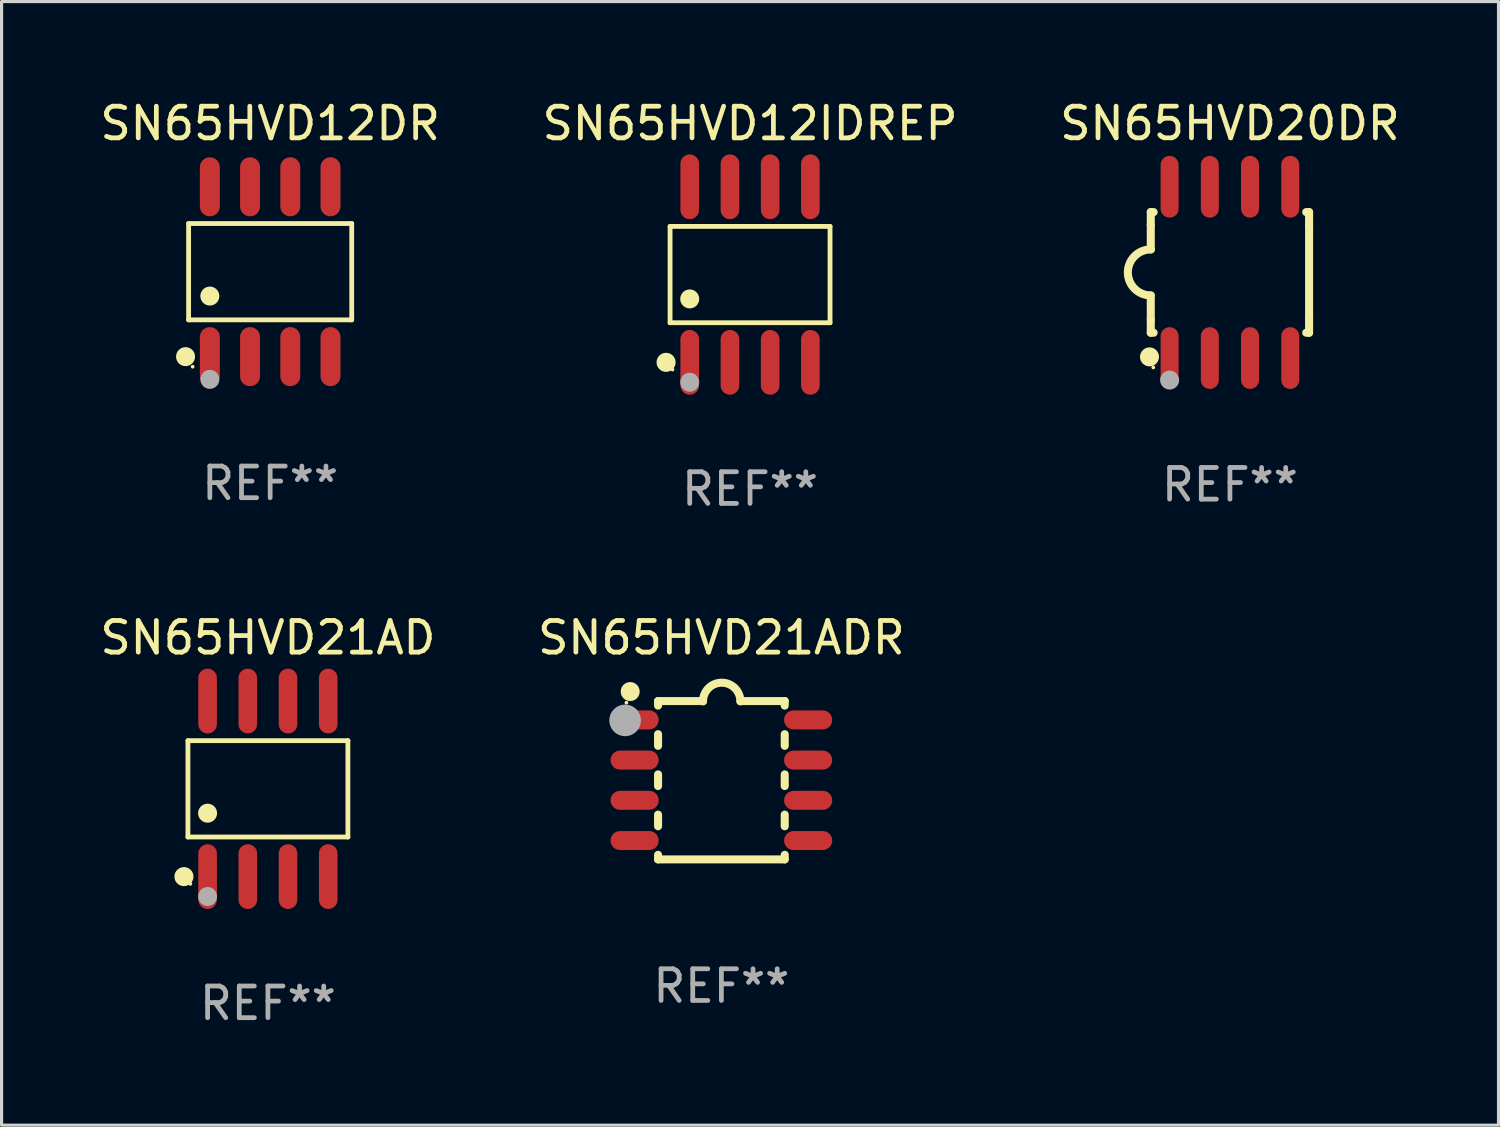
<source format=kicad_pcb>
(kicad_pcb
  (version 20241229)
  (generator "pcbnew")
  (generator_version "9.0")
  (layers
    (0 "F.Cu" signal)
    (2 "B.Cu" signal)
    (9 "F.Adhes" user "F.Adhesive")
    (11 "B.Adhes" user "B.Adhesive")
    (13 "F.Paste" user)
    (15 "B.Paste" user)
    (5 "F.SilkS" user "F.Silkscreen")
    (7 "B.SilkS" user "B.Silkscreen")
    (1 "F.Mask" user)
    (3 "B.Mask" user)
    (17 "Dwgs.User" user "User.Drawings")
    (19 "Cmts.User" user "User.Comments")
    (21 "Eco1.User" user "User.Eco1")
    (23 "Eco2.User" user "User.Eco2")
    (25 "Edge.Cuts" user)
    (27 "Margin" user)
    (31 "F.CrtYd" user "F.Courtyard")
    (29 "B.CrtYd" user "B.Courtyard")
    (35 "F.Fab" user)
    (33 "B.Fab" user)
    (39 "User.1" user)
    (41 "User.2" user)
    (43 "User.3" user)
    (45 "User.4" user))
  (footprint "SN65HVD21ADR"
    (layer "F.Cu")
    (at 19.732 21.59)
    (property "Reference" "SN65HVD21ADR" (at 0 -4.5 0) (layer "F.SilkS") (effects (font (size 1 1) (thickness 0.15))))
    (attr through_hole)
    (fp_line (start -2 -2.5) (end -2 -2.356) (stroke (width 0.254) (type solid)) (layer "F.SilkS"))
    (fp_line (start -2 -1.454) (end -2 -1.086) (stroke (width 0.254) (type solid)) (layer "F.SilkS"))
    (fp_line (start -2 -0.184) (end -2 0.184) (stroke (width 0.254) (type solid)) (layer "F.SilkS"))
    (fp_line (start -2 1.086) (end -2 1.454) (stroke (width 0.254) (type solid)) (layer "F.SilkS"))
    (fp_line (start -2 2.356) (end -2 2.5) (stroke (width 0.254) (type solid)) (layer "F.SilkS"))
    (fp_line (start -0.58 -2.5) (end -2 -2.5) (stroke (width 0.254) (type solid)) (layer "F.SilkS"))
    (fp_line (start 2 -2.5) (end 0.6 -2.5) (stroke (width 0.254) (type solid)) (layer "F.SilkS"))
    (fp_line (start 2 -2.5) (end 2 -2.356) (stroke (width 0.254) (type solid)) (layer "F.SilkS"))
    (fp_line (start 2 -1.454) (end 2 -1.086) (stroke (width 0.254) (type solid)) (layer "F.SilkS"))
    (fp_line (start 2 -0.184) (end 2 0.184) (stroke (width 0.254) (type solid)) (layer "F.SilkS"))
    (fp_line (start 2 1.086) (end 2 1.454) (stroke (width 0.254) (type solid)) (layer "F.SilkS"))
    (fp_line (start 2 2.356) (end 2 2.5) (stroke (width 0.254) (type solid)) (layer "F.SilkS"))
    (fp_line (start 2 2.5) (end -2 2.5) (stroke (width 0.254) (type solid)) (layer "F.SilkS"))
    (fp_arc (start -0.579908 -2.489992) (mid 0.010097 -3.07831) (end 0.600102 -2.489992) (stroke (width 0.254001) (type solid)) (layer "F.SilkS"))
    (fp_circle (center -3 -2.45) (end -2.97 -2.45) (stroke (width 0.06) (type solid)) (fill no) (layer "F.SilkS"))
    (fp_circle (center -2.88 -2.8) (end -2.73 -2.8) (stroke (width 0.3) (type solid)) (fill no) (layer "F.SilkS"))
    (fp_circle (center -3.04 -1.89) (end -2.79 -1.89) (stroke (width 0.5) (type solid)) (fill no) (layer "F.Fab"))
    (fp_text user "REF**" (at 0 6.5 0) (layer "F.Fab") (effects (font (size 1 1) (thickness 0.15))))
    (pad "1" smd oval (at -2.74 -1.905 90) (size 0.6 1.52) (layers "F.Cu" "F.Mask" "F.Paste"))
    (pad "2" smd oval (at -2.74 -0.635 90) (size 0.6 1.52) (layers "F.Cu" "F.Mask" "F.Paste"))
    (pad "3" smd oval (at -2.74 0.635 90) (size 0.6 1.52) (layers "F.Cu" "F.Mask" "F.Paste"))
    (pad "4" smd oval (at -2.74 1.905 90) (size 0.6 1.52) (layers "F.Cu" "F.Mask" "F.Paste"))
    (pad "5" smd oval (at 2.74 1.905 90) (size 0.6 1.52) (layers "F.Cu" "F.Mask" "F.Paste"))
    (pad "6" smd oval (at 2.74 0.635 90) (size 0.6 1.52) (layers "F.Cu" "F.Mask" "F.Paste"))
    (pad "7" smd oval (at 2.74 -0.635 90) (size 0.6 1.52) (layers "F.Cu" "F.Mask" "F.Paste"))
    (pad "8" smd oval (at 2.74 -1.905 90) (size 0.6 1.52) (layers "F.Cu" "F.Mask" "F.Paste")))
  (footprint "SN65HVD21AD"
    (layer "F.Cu")
    (at 5.411 21.862)
    (property "Reference" "SN65HVD21AD" (at 0 -4.772 0) (layer "F.SilkS") (effects (font (size 1 1) (thickness 0.15))))
    (attr through_hole)
    (fp_line (start -2.526 -1.521) (end 2.526 -1.521) (stroke (width 0.152) (type solid)) (layer "F.SilkS"))
    (fp_line (start -2.526 1.521) (end -2.526 -1.521) (stroke (width 0.152) (type solid)) (layer "F.SilkS"))
    (fp_line (start 2.526 -1.521) (end 2.526 1.521) (stroke (width 0.152) (type solid)) (layer "F.SilkS"))
    (fp_line (start 2.526 1.521) (end -2.526 1.521) (stroke (width 0.152) (type solid)) (layer "F.SilkS"))
    (fp_circle (center -2.652 2.772) (end -2.501 2.772) (stroke (width 0.3) (type solid)) (fill no) (layer "F.SilkS"))
    (fp_circle (center -2.45 3) (end -2.42 3) (stroke (width 0.06) (type solid)) (fill no) (layer "F.SilkS"))
    (fp_circle (center -1.905 0.769) (end -1.755 0.769) (stroke (width 0.3) (type solid)) (fill no) (layer "F.SilkS"))
    (fp_circle (center -1.905 3.4) (end -1.755 3.4) (stroke (width 0.3) (type solid)) (fill no) (layer "F.Fab"))
    (fp_text user "REF**" (at 0 6.772 0) (layer "F.Fab") (effects (font (size 1 1) (thickness 0.15))))
    (pad "1" smd oval (at -1.905 2.772) (size 0.588 2.045) (layers "F.Cu" "F.Mask" "F.Paste"))
    (pad "2" smd oval (at -0.635 2.772) (size 0.588 2.045) (layers "F.Cu" "F.Mask" "F.Paste"))
    (pad "3" smd oval (at 0.635 2.772) (size 0.588 2.045) (layers "F.Cu" "F.Mask" "F.Paste"))
    (pad "4" smd oval (at 1.905 2.772) (size 0.588 2.045) (layers "F.Cu" "F.Mask" "F.Paste"))
    (pad "5" smd oval (at 1.905 -2.772) (size 0.588 2.045) (layers "F.Cu" "F.Mask" "F.Paste"))
    (pad "6" smd oval (at 0.635 -2.772) (size 0.588 2.045) (layers "F.Cu" "F.Mask" "F.Paste"))
    (pad "7" smd oval (at -0.635 -2.772) (size 0.588 2.045) (layers "F.Cu" "F.Mask" "F.Paste"))
    (pad "8" smd oval (at -1.905 -2.772) (size 0.588 2.045) (layers "F.Cu" "F.Mask" "F.Paste")))
  (footprint "SN65HVD20DR"
    (layer "F.Cu")
    (at 35.792 5.553)
    (property "Reference" "SN65HVD20DR" (at 0 -4.705 0) (layer "F.SilkS") (effects (font (size 1 1) (thickness 0.15))))
    (attr through_hole)
    (fp_line (start -2.5 -1.905) (end -2.409 -1.905) (stroke (width 0.254) (type solid)) (layer "F.SilkS"))
    (fp_line (start -2.5 -1.5) (end -2.5 -1.905) (stroke (width 0.254) (type solid)) (layer "F.SilkS"))
    (fp_line (start -2.5 -1.5) (end -2.5 -0.726) (stroke (width 0.254) (type solid)) (layer "F.SilkS"))
    (fp_line (start -2.5 1.5) (end -2.5 0.727) (stroke (width 0.254) (type solid)) (layer "F.SilkS"))
    (fp_line (start -2.5 1.5) (end -2.5 1.905) (stroke (width 0.254) (type solid)) (layer "F.SilkS"))
    (fp_line (start -2.5 1.905) (end -2.409 1.905) (stroke (width 0.254) (type solid)) (layer "F.SilkS"))
    (fp_line (start 2.5 -1.905) (end 2.409 -1.905) (stroke (width 0.254) (type solid)) (layer "F.SilkS"))
    (fp_line (start 2.5 -1.5) (end 2.5 -1.905) (stroke (width 0.254) (type solid)) (layer "F.SilkS"))
    (fp_line (start 2.5 -1.5) (end 2.5 1.5) (stroke (width 0.254) (type solid)) (layer "F.SilkS"))
    (fp_line (start 2.5 1.5) (end 2.5 1.905) (stroke (width 0.254) (type solid)) (layer "F.SilkS"))
    (fp_line (start 2.5 1.905) (end 2.409 1.905) (stroke (width 0.254) (type solid)) (layer "F.SilkS"))
    (fp_arc (start -2.5 0.726568) (mid -3.220316 -0.0023) (end -2.495097 -0.726289) (stroke (width 0.254001) (type solid)) (layer "F.SilkS"))
    (fp_circle (center -2.54 2.667) (end -2.39 2.667) (stroke (width 0.3) (type solid)) (fill no) (layer "F.SilkS"))
    (fp_circle (center -2.42 3) (end -2.39 3) (stroke (width 0.06) (type solid)) (fill no) (layer "F.SilkS"))
    (fp_circle (center -1.905 3.4) (end -1.755 3.4) (stroke (width 0.3) (type solid)) (fill no) (layer "F.Fab"))
    (fp_text user "REF**" (at 0 6.705 0) (layer "F.Fab") (effects (font (size 1 1) (thickness 0.15))))
    (pad "1" smd oval (at -1.905 2.705) (size 0.568 1.95) (layers "F.Cu" "F.Mask" "F.Paste"))
    (pad "2" smd oval (at -0.635 2.705) (size 0.568 1.95) (layers "F.Cu" "F.Mask" "F.Paste"))
    (pad "3" smd oval (at 0.635 2.705) (size 0.568 1.95) (layers "F.Cu" "F.Mask" "F.Paste"))
    (pad "4" smd oval (at 1.905 2.705) (size 0.568 1.95) (layers "F.Cu" "F.Mask" "F.Paste"))
    (pad "5" smd oval (at 1.905 -2.705) (size 0.568 1.95) (layers "F.Cu" "F.Mask" "F.Paste"))
    (pad "6" smd oval (at 0.635 -2.705) (size 0.568 1.95) (layers "F.Cu" "F.Mask" "F.Paste"))
    (pad "7" smd oval (at -0.635 -2.705) (size 0.568 1.95) (layers "F.Cu" "F.Mask" "F.Paste"))
    (pad "8" smd oval (at -1.905 -2.705) (size 0.568 1.95) (layers "F.Cu" "F.Mask" "F.Paste")))
  (footprint "SN65HVD12DR"
    (layer "F.Cu")
    (at 5.482 5.531)
    (property "Reference" "SN65HVD12DR" (at 0 -4.682 0) (layer "F.SilkS") (effects (font (size 1 1) (thickness 0.15))))
    (attr through_hole)
    (fp_line (start -2.576 -1.521) (end 2.576 -1.521) (stroke (width 0.152) (type solid)) (layer "F.SilkS"))
    (fp_line (start -2.576 1.521) (end -2.576 -1.521) (stroke (width 0.152) (type solid)) (layer "F.SilkS"))
    (fp_line (start 2.576 -1.521) (end 2.576 1.521) (stroke (width 0.152) (type solid)) (layer "F.SilkS"))
    (fp_line (start 2.576 1.521) (end -2.576 1.521) (stroke (width 0.152) (type solid)) (layer "F.SilkS"))
    (fp_circle (center -2.672 2.682) (end -2.522 2.682) (stroke (width 0.3) (type solid)) (fill no) (layer "F.SilkS"))
    (fp_circle (center -2.45 3) (end -2.42 3) (stroke (width 0.06) (type solid)) (fill no) (layer "F.SilkS"))
    (fp_circle (center -1.905 0.769) (end -1.755 0.769) (stroke (width 0.3) (type solid)) (fill no) (layer "F.SilkS"))
    (fp_circle (center -1.905 3.4) (end -1.755 3.4) (stroke (width 0.3) (type solid)) (fill no) (layer "F.Fab"))
    (fp_text user "REF**" (at 0 6.682 0) (layer "F.Fab") (effects (font (size 1 1) (thickness 0.15))))
    (pad "1" smd oval (at -1.905 2.682) (size 0.63 1.865) (layers "F.Cu" "F.Mask" "F.Paste"))
    (pad "2" smd oval (at -0.635 2.682) (size 0.63 1.865) (layers "F.Cu" "F.Mask" "F.Paste"))
    (pad "3" smd oval (at 0.635 2.682) (size 0.63 1.865) (layers "F.Cu" "F.Mask" "F.Paste"))
    (pad "4" smd oval (at 1.905 2.682) (size 0.63 1.865) (layers "F.Cu" "F.Mask" "F.Paste"))
    (pad "5" smd oval (at 1.905 -2.682) (size 0.63 1.865) (layers "F.Cu" "F.Mask" "F.Paste"))
    (pad "6" smd oval (at 0.635 -2.682) (size 0.63 1.865) (layers "F.Cu" "F.Mask" "F.Paste"))
    (pad "7" smd oval (at -0.635 -2.682) (size 0.63 1.865) (layers "F.Cu" "F.Mask" "F.Paste"))
    (pad "8" smd oval (at -1.905 -2.682) (size 0.63 1.865) (layers "F.Cu" "F.Mask" "F.Paste")))
  (footprint "SN65HVD12IDREP"
    (layer "F.Cu")
    (at 20.637 5.621)
    (property "Reference" "SN65HVD12IDREP" (at 0 -4.772 0) (layer "F.SilkS") (effects (font (size 1 1) (thickness 0.15))))
    (attr through_hole)
    (fp_line (start -2.526 -1.521) (end 2.526 -1.521) (stroke (width 0.152) (type solid)) (layer "F.SilkS"))
    (fp_line (start -2.526 1.521) (end -2.526 -1.521) (stroke (width 0.152) (type solid)) (layer "F.SilkS"))
    (fp_line (start 2.526 -1.521) (end 2.526 1.521) (stroke (width 0.152) (type solid)) (layer "F.SilkS"))
    (fp_line (start 2.526 1.521) (end -2.526 1.521) (stroke (width 0.152) (type solid)) (layer "F.SilkS"))
    (fp_circle (center -2.652 2.772) (end -2.501 2.772) (stroke (width 0.3) (type solid)) (fill no) (layer "F.SilkS"))
    (fp_circle (center -2.45 3) (end -2.42 3) (stroke (width 0.06) (type solid)) (fill no) (layer "F.SilkS"))
    (fp_circle (center -1.905 0.769) (end -1.755 0.769) (stroke (width 0.3) (type solid)) (fill no) (layer "F.SilkS"))
    (fp_circle (center -1.905 3.4) (end -1.755 3.4) (stroke (width 0.3) (type solid)) (fill no) (layer "F.Fab"))
    (fp_text user "REF**" (at 0 6.772 0) (layer "F.Fab") (effects (font (size 1 1) (thickness 0.15))))
    (pad "1" smd oval (at -1.905 2.772) (size 0.588 2.045) (layers "F.Cu" "F.Mask" "F.Paste"))
    (pad "2" smd oval (at -0.635 2.772) (size 0.588 2.045) (layers "F.Cu" "F.Mask" "F.Paste"))
    (pad "3" smd oval (at 0.635 2.772) (size 0.588 2.045) (layers "F.Cu" "F.Mask" "F.Paste"))
    (pad "4" smd oval (at 1.905 2.772) (size 0.588 2.045) (layers "F.Cu" "F.Mask" "F.Paste"))
    (pad "5" smd oval (at 1.905 -2.772) (size 0.588 2.045) (layers "F.Cu" "F.Mask" "F.Paste"))
    (pad "6" smd oval (at 0.635 -2.772) (size 0.588 2.045) (layers "F.Cu" "F.Mask" "F.Paste"))
    (pad "7" smd oval (at -0.635 -2.772) (size 0.588 2.045) (layers "F.Cu" "F.Mask" "F.Paste"))
    (pad "8" smd oval (at -1.905 -2.772) (size 0.588 2.045) (layers "F.Cu" "F.Mask" "F.Paste")))
  (gr_rect
    (start -3 -3)
    (end 44.274 32.483)
    (stroke (width 0.1) (type default))
    (fill no)
    (layer "Edge.Cuts")))
</source>
